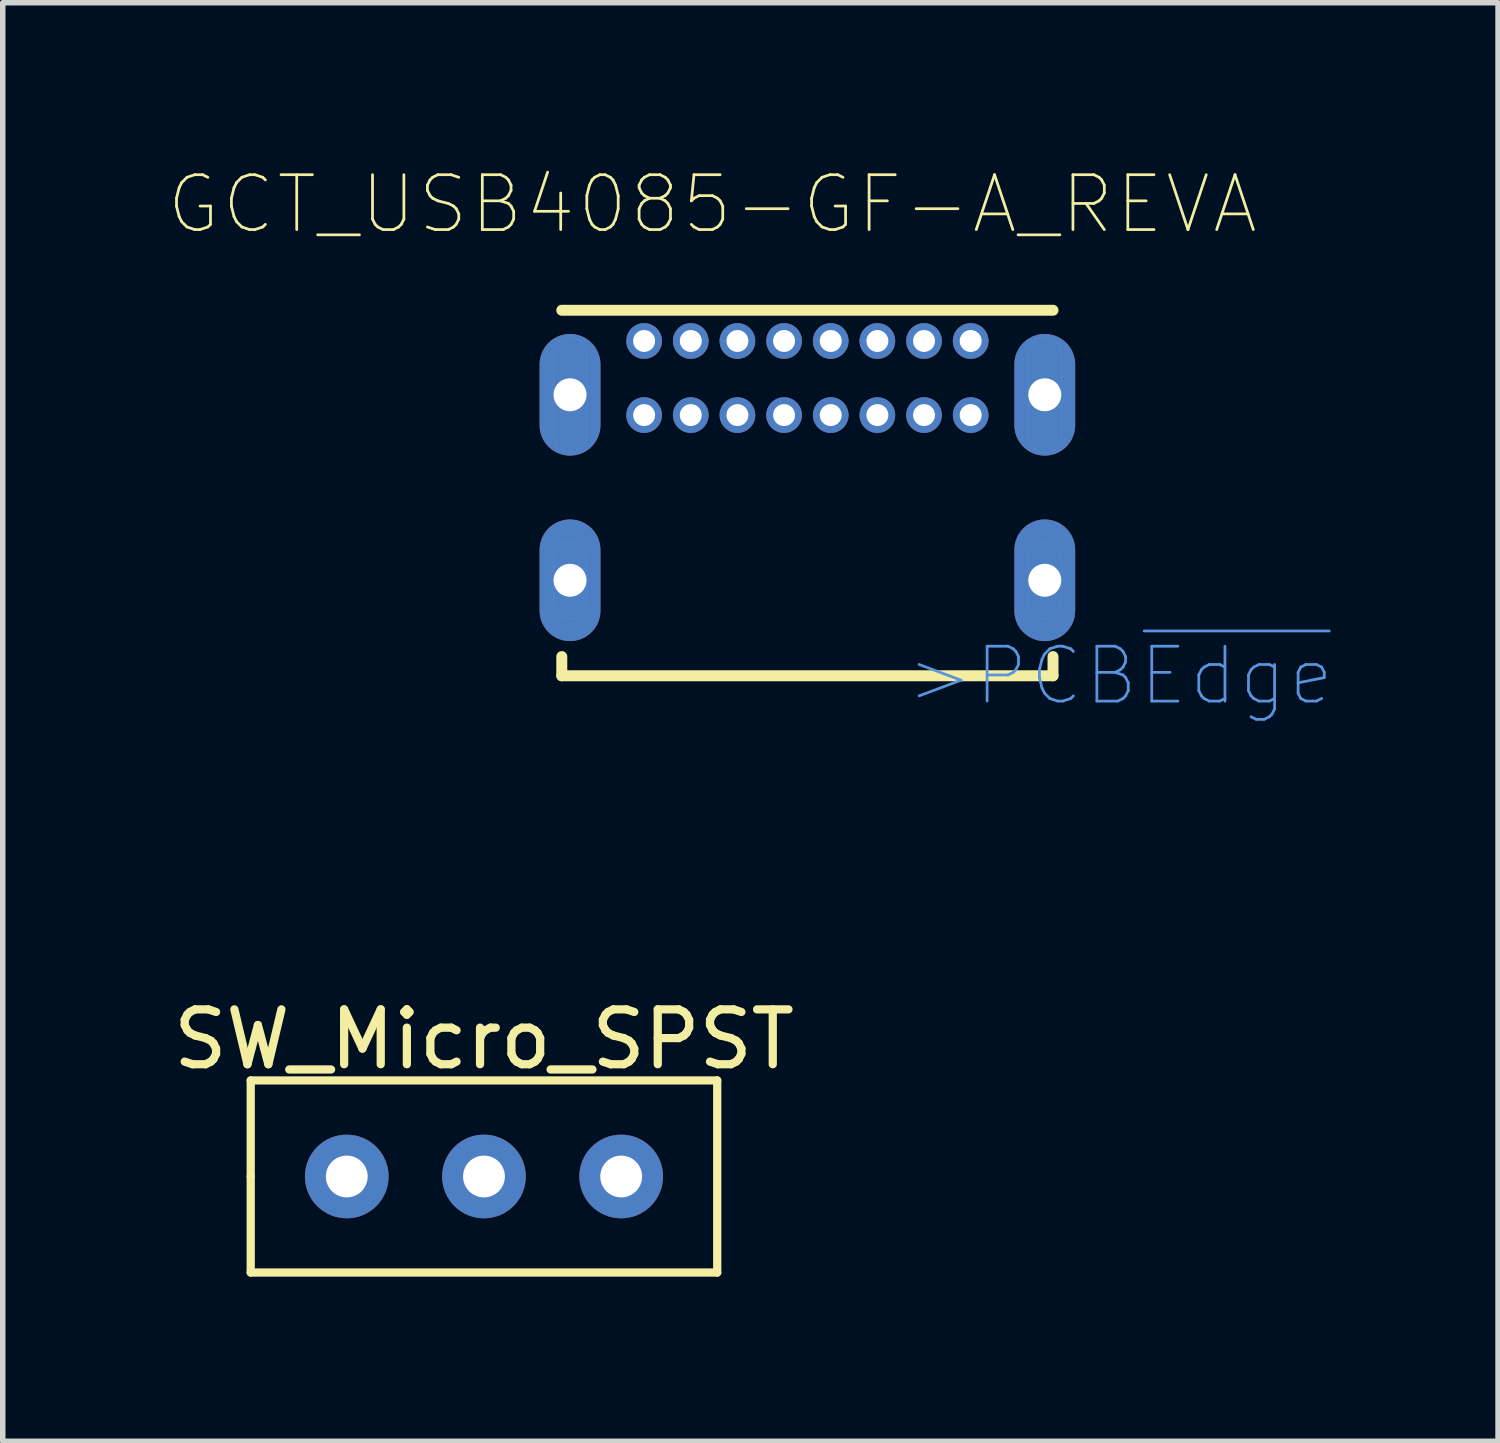
<source format=kicad_pcb>
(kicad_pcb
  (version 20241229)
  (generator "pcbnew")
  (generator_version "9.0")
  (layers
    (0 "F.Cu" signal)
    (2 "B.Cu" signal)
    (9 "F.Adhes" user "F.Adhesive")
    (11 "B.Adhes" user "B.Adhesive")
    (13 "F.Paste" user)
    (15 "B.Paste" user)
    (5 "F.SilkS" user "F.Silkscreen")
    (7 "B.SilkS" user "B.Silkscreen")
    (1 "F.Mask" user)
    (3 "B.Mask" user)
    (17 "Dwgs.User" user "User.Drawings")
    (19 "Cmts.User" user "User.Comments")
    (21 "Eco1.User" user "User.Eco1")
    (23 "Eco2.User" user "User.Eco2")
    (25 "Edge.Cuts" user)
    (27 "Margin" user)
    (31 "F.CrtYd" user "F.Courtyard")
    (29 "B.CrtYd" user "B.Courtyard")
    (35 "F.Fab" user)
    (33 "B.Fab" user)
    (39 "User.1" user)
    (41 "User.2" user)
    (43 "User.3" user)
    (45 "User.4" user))
  (footprint "SW_Micro_SPST"
    (layer "F.Cu")
    (at 5.768 18.386)
    (property "Reference" "SW_Micro_SPST" (at 0 -2.5 0) (layer "F.SilkS") (effects (font (size 1 1) (thickness 0.15))))
    (attr through_hole)
    (fp_line (start -4.25 -1.75) (end 4.25 -1.75) (stroke (width 0.15) (type solid)) (layer "F.SilkS"))
    (fp_line (start -4.25 0) (end -4.25 -1.75) (stroke (width 0.15) (type solid)) (layer "F.SilkS"))
    (fp_line (start -4.25 1.75) (end -4.25 0) (stroke (width 0.15) (type solid)) (layer "F.SilkS"))
    (fp_line (start 4.25 -1.75) (end 4.25 1.75) (stroke (width 0.15) (type solid)) (layer "F.SilkS"))
    (fp_line (start 4.25 1.75) (end -4.25 1.75) (stroke (width 0.15) (type solid)) (layer "F.SilkS"))
    (pad "1" thru_hole circle (at -2.5 0) (size 1.524 1.524) (drill 0.762) (layers "*.Cu" "*.Mask"))
    (pad "2" thru_hole circle (at 0 0) (size 1.524 1.524) (drill 0.762) (layers "*.Cu" "*.Mask"))
    (pad "3" thru_hole circle (at 2.5 0) (size 1.524 1.524) (drill 0.762) (layers "*.Cu" "*.Mask")))
  (footprint "GCT_USB4085-GF-A_REVA"
    (layer "F.Cu")
    (at 11.661 7.188)
    (property "Reference" "GCT_USB4085-GF-A_REVA" (at -1.733 -6.515 0) (layer "F.SilkS") (effects (font (size 1 1) (thickness 0.05))))
    (attr through_hole)
    (fp_line (start -4.475 -4.585) (end 4.475 -4.585) (stroke (width 0.2) (type solid)) (layer "F.SilkS"))
    (fp_line (start -4.475 1.725) (end -4.475 2.075) (stroke (width 0.2) (type solid)) (layer "F.SilkS"))
    (fp_line (start -4.475 2.075) (end 4.475 2.075) (stroke (width 0.2) (type solid)) (layer "F.SilkS"))
    (fp_line (start 4.475 2.075) (end 4.475 1.725) (stroke (width 0.2) (type solid)) (layer "F.SilkS"))
    (fp_line (start -5.1 -4.825) (end 5.15 -4.825) (stroke (width 0.05) (type solid)) (layer "Eco1.User"))
    (fp_line (start -5.1 4.825) (end -5.1 -4.825) (stroke (width 0.05) (type solid)) (layer "Eco1.User"))
    (fp_line (start 5.15 -4.825) (end 5.15 4.825) (stroke (width 0.05) (type solid)) (layer "Eco1.User"))
    (fp_line (start 5.15 4.825) (end -5.1 4.825) (stroke (width 0.05) (type solid)) (layer "Eco1.User"))
    (fp_line (start -5.3 2.075) (end 5.9 2.075) (stroke (width 0.127) (type solid)) (layer "Eco2.User"))
    (fp_line (start -4.475 -4.585) (end 4.475 -4.585) (stroke (width 0.1) (type solid)) (layer "Eco2.User"))
    (fp_line (start -4.475 4.585) (end -4.475 -4.585) (stroke (width 0.1) (type solid)) (layer "Eco2.User"))
    (fp_line (start 4.475 -4.585) (end 4.475 4.585) (stroke (width 0.1) (type solid)) (layer "Eco2.User"))
    (fp_line (start 4.475 4.585) (end -4.475 4.585) (stroke (width 0.1) (type solid)) (layer "Eco2.User"))
    (fp_line (start -4.625 -2.295) (end -4.625 -3.795) (stroke (width 0.001) (type solid)) (layer "Edge.Cuts"))
    (fp_line (start -4.625 0.735) (end -4.625 -0.065) (stroke (width 0.001) (type solid)) (layer "Edge.Cuts"))
    (fp_line (start -4.025 -3.795) (end -4.025 -2.295) (stroke (width 0.001) (type solid)) (layer "Edge.Cuts"))
    (fp_line (start -4.025 -0.065) (end -4.025 0.735) (stroke (width 0.001) (type solid)) (layer "Edge.Cuts"))
    (fp_line (start 4.025 -2.295) (end 4.025 -3.795) (stroke (width 0.001) (type solid)) (layer "Edge.Cuts"))
    (fp_line (start 4.025 0.735) (end 4.025 -0.065) (stroke (width 0.001) (type solid)) (layer "Edge.Cuts"))
    (fp_line (start 4.625 -3.795) (end 4.625 -2.295) (stroke (width 0.001) (type solid)) (layer "Edge.Cuts"))
    (fp_line (start 4.625 -0.065) (end 4.625 0.735) (stroke (width 0.001) (type solid)) (layer "Edge.Cuts"))
    (fp_arc (start -4.625 -3.795) (mid -4.537132 -4.007132) (end -4.325 -4.095) (stroke (width 0.001) (type solid)) (layer "Edge.Cuts"))
    (fp_arc (start -4.625 -0.065) (mid -4.537132 -0.277132) (end -4.325 -0.365) (stroke (width 0.001) (type solid)) (layer "Edge.Cuts"))
    (fp_arc (start -4.325 -4.095) (mid -4.112868 -4.007132) (end -4.025 -3.795) (stroke (width 0.001) (type solid)) (layer "Edge.Cuts"))
    (fp_arc (start -4.325 -1.995) (mid -4.537132 -2.082868) (end -4.625 -2.295) (stroke (width 0.001) (type solid)) (layer "Edge.Cuts"))
    (fp_arc (start -4.325 -0.365) (mid -4.112868 -0.277132) (end -4.025 -0.065) (stroke (width 0.001) (type solid)) (layer "Edge.Cuts"))
    (fp_arc (start -4.325 1.035) (mid -4.537132 0.947132) (end -4.625 0.735) (stroke (width 0.001) (type solid)) (layer "Edge.Cuts"))
    (fp_arc (start -4.025 -2.295) (mid -4.112868 -2.082868) (end -4.325 -1.995) (stroke (width 0.001) (type solid)) (layer "Edge.Cuts"))
    (fp_arc (start -4.025 0.735) (mid -4.112868 0.947132) (end -4.325 1.035) (stroke (width 0.001) (type solid)) (layer "Edge.Cuts"))
    (fp_arc (start 4.025 -3.795) (mid 4.112868 -4.007132) (end 4.325 -4.095) (stroke (width 0.001) (type solid)) (layer "Edge.Cuts"))
    (fp_arc (start 4.025 -0.065) (mid 4.112868 -0.277132) (end 4.325 -0.365) (stroke (width 0.001) (type solid)) (layer "Edge.Cuts"))
    (fp_arc (start 4.325 -4.095) (mid 4.537132 -4.007132) (end 4.625 -3.795) (stroke (width 0.001) (type solid)) (layer "Edge.Cuts"))
    (fp_arc (start 4.325 -1.995) (mid 4.112868 -2.082868) (end 4.025 -2.295) (stroke (width 0.001) (type solid)) (layer "Edge.Cuts"))
    (fp_arc (start 4.325 -0.365) (mid 4.537132 -0.277132) (end 4.625 -0.065) (stroke (width 0.001) (type solid)) (layer "Edge.Cuts"))
    (fp_arc (start 4.325 1.035) (mid 4.112868 0.947132) (end 4.025 0.735) (stroke (width 0.001) (type solid)) (layer "Edge.Cuts"))
    (fp_arc (start 4.625 -2.295) (mid 4.537132 -2.082868) (end 4.325 -1.995) (stroke (width 0.001) (type solid)) (layer "Edge.Cuts"))
    (fp_arc (start 4.625 0.735) (mid 4.537132 0.947132) (end 4.325 1.035) (stroke (width 0.001) (type solid)) (layer "Edge.Cuts"))
    (fp_text user ">PCB~{Edge}" (at 5.703 2.076 0) (layer "Cmts.User") (effects (font (size 1 1) (thickness 0.05))))
    (pad "A1" thru_hole circle (at -2.975 -4.025) (size 0.65 0.65) (drill 0.4) (layers "*.Cu" "*.Mask"))
    (pad "A4" thru_hole circle (at -2.125 -4.025) (size 0.65 0.65) (drill 0.4) (layers "*.Cu" "*.Mask"))
    (pad "A5" thru_hole circle (at -1.275 -4.025) (size 0.65 0.65) (drill 0.4) (layers "*.Cu" "*.Mask"))
    (pad "A6" thru_hole circle (at -0.425 -4.025) (size 0.65 0.65) (drill 0.4) (layers "*.Cu" "*.Mask"))
    (pad "A7" thru_hole circle (at 0.425 -4.025) (size 0.65 0.65) (drill 0.4) (layers "*.Cu" "*.Mask"))
    (pad "A8" thru_hole circle (at 1.275 -4.025) (size 0.65 0.65) (drill 0.4) (layers "*.Cu" "*.Mask"))
    (pad "A9" thru_hole circle (at 2.125 -4.025) (size 0.65 0.65) (drill 0.4) (layers "*.Cu" "*.Mask"))
    (pad "A12" thru_hole circle (at 2.975 -4.025) (size 0.65 0.65) (drill 0.4) (layers "*.Cu" "*.Mask"))
    (pad "B1" thru_hole circle (at 2.975 -2.675 180) (size 0.65 0.65) (drill 0.4) (layers "*.Cu" "*.Mask"))
    (pad "B4" thru_hole circle (at 2.125 -2.675 180) (size 0.65 0.65) (drill 0.4) (layers "*.Cu" "*.Mask"))
    (pad "B5" thru_hole circle (at 1.275 -2.675 180) (size 0.65 0.65) (drill 0.4) (layers "*.Cu" "*.Mask"))
    (pad "B6" thru_hole circle (at 0.425 -2.675 180) (size 0.65 0.65) (drill 0.4) (layers "*.Cu" "*.Mask"))
    (pad "B7" thru_hole circle (at -0.425 -2.675 180) (size 0.65 0.65) (drill 0.4) (layers "*.Cu" "*.Mask"))
    (pad "B8" thru_hole circle (at -1.275 -2.675 180) (size 0.65 0.65) (drill 0.4) (layers "*.Cu" "*.Mask"))
    (pad "B9" thru_hole circle (at -2.125 -2.675 180) (size 0.65 0.65) (drill 0.4) (layers "*.Cu" "*.Mask"))
    (pad "B12" thru_hole circle (at -2.975 -2.675 180) (size 0.65 0.65) (drill 0.4) (layers "*.Cu" "*.Mask"))
    (pad "P1" thru_hole oval (at -4.325 -3.045 90) (size 2.216 1.108) (drill 0.6) (layers "*.Cu" "*.Mask"))
    (pad "P2" thru_hole oval (at 4.325 -3.045 90) (size 2.216 1.108) (drill 0.6) (layers "*.Cu" "*.Mask"))
    (pad "P3" thru_hole oval (at 4.325 0.335 90) (size 2.216 1.108) (drill 0.6) (layers "*.Cu" "*.Mask"))
    (pad "P4" thru_hole oval (at -4.325 0.335 90) (size 2.216 1.108) (drill 0.6) (layers "*.Cu" "*.Mask")))
  (gr_rect
    (start -3 -3)
    (end 24.245 23.211)
    (stroke (width 0.1) (type default))
    (fill no)
    (layer "Edge.Cuts")))
</source>
